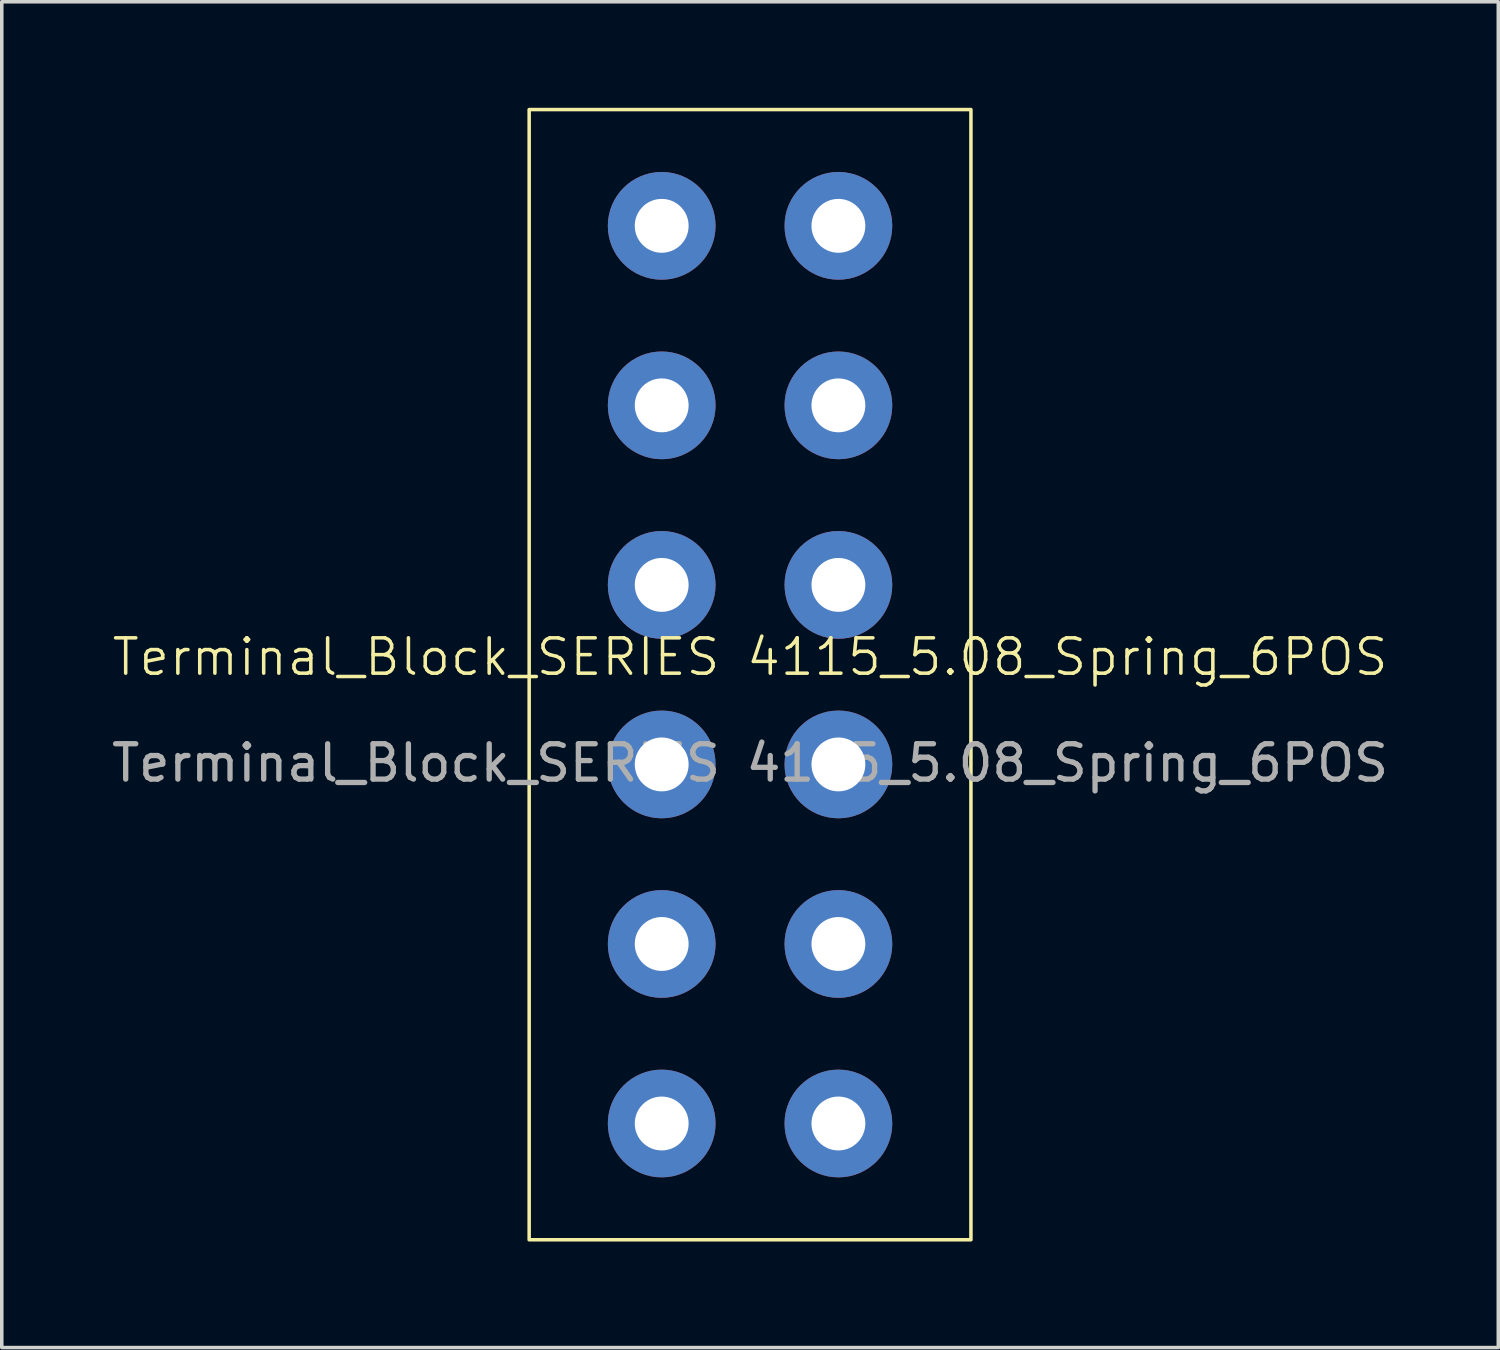
<source format=kicad_pcb>
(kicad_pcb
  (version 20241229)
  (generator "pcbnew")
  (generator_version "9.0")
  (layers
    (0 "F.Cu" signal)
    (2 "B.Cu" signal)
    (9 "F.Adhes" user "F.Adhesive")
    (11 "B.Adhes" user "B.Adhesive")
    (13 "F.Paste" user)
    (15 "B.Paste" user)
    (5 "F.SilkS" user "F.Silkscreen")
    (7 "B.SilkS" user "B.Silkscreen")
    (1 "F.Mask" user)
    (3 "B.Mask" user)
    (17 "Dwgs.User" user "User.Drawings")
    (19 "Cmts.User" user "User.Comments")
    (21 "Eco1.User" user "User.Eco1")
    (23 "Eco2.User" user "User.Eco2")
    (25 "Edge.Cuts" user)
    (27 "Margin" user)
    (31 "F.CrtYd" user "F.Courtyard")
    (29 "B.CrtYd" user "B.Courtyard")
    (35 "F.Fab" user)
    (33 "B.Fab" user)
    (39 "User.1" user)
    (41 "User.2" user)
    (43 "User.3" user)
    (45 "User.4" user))
  (footprint "Terminal_Block_SERIES 4115_5.08_Spring_6POS"
    (layer "F.Cu")
    (at 18.173 16.04)
    (property "Reference" "Terminal_Block_SERIES 4115_5.08_Spring_6POS" (at 0 -0.5 0) (unlocked yes) (layer "F.SilkS") (effects (font (size 1 1) (thickness 0.1))))
    (attr through_hole)
    (fp_rect (start -6.25 -15.99) (end 6.25 15.99) (stroke (width 0.1) (type default)) (fill no) (layer "F.SilkS"))
    (fp_text user "${REFERENCE}" (at 0 2.5 0) (unlocked yes) (layer "F.Fab") (effects (font (size 1 1) (thickness 0.15))))
    (pad "1" thru_hole circle (at -2.5 12.7) (size 3.048 3.048) (drill 1.524) (layers "*.Cu" "*.Mask"))
    (pad "1" thru_hole circle (at 2.5 12.7) (size 3.048 3.048) (drill 1.524) (layers "*.Cu" "*.Mask"))
    (pad "2" thru_hole circle (at -2.5 7.62) (size 3.048 3.048) (drill 1.524) (layers "*.Cu" "*.Mask"))
    (pad "2" thru_hole circle (at 2.5 7.62) (size 3.048 3.048) (drill 1.524) (layers "*.Cu" "*.Mask"))
    (pad "3" thru_hole circle (at -2.5 2.54) (size 3.048 3.048) (drill 1.524) (layers "*.Cu" "*.Mask"))
    (pad "3" thru_hole circle (at 2.5 2.54) (size 3.048 3.048) (drill 1.524) (layers "*.Cu" "*.Mask"))
    (pad "4" thru_hole circle (at -2.5 -2.54) (size 3.048 3.048) (drill 1.524) (layers "*.Cu" "*.Mask"))
    (pad "4" thru_hole circle (at 2.5 -2.54) (size 3.048 3.048) (drill 1.524) (layers "*.Cu" "*.Mask"))
    (pad "5" thru_hole circle (at -2.5 -7.62) (size 3.048 3.048) (drill 1.524) (layers "*.Cu" "*.Mask"))
    (pad "5" thru_hole circle (at 2.5 -7.62) (size 3.048 3.048) (drill 1.524) (layers "*.Cu" "*.Mask"))
    (pad "6" thru_hole circle (at -2.5 -12.7) (size 3.048 3.048) (drill 1.524) (layers "*.Cu" "*.Mask"))
    (pad "6" thru_hole circle (at 2.5 -12.7) (size 3.048 3.048) (drill 1.524) (layers "*.Cu" "*.Mask")))
  (gr_rect
    (start -3 -3)
    (end 39.345 35.08)
    (stroke (width 0.1) (type default))
    (fill no)
    (layer "Edge.Cuts")))
</source>
